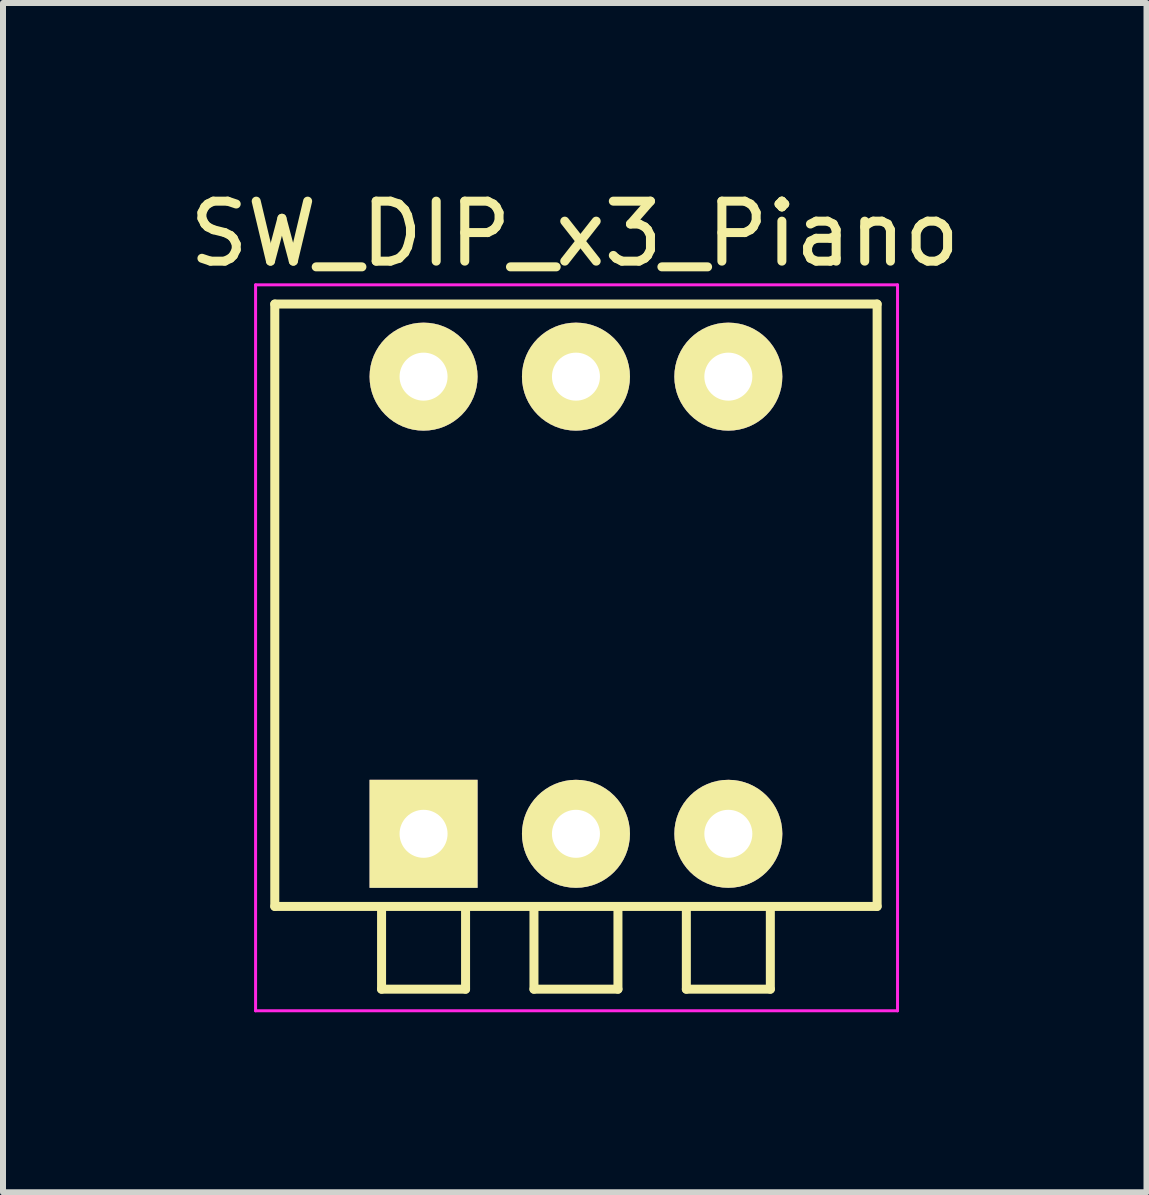
<source format=kicad_pcb>
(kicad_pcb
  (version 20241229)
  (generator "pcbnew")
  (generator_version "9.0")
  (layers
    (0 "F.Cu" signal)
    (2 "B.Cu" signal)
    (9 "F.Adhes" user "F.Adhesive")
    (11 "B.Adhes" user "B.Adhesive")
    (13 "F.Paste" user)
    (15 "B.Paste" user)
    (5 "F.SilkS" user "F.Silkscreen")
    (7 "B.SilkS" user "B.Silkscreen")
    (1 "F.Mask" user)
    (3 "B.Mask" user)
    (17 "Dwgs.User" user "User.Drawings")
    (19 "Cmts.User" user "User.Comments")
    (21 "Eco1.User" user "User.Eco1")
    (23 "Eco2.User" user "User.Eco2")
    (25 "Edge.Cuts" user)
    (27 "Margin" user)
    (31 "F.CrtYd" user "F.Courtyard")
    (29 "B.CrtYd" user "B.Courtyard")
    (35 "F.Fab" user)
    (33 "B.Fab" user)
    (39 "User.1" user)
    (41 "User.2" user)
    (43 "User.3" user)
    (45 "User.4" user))
  (footprint "SW_DIP_x3_Piano"
    (layer "F.Cu")
    (at 4.01 10.848)
    (property "Reference" "SW_DIP_x3_Piano" (at 2.52 -10 0) (layer "F.SilkS") (effects (font (size 1 1) (thickness 0.15))))
    (attr through_hole)
    (fp_line (start -2.48 -8.83) (end 7.56 -8.83) (stroke (width 0.15) (type solid)) (layer "F.SilkS"))
    (fp_line (start -2.48 1.21) (end -2.48 -8.83) (stroke (width 0.15) (type solid)) (layer "F.SilkS"))
    (fp_line (start -0.7 1.22) (end -0.7 2.59) (stroke (width 0.15) (type solid)) (layer "F.SilkS"))
    (fp_line (start -0.7 2.59) (end 0.7 2.59) (stroke (width 0.15) (type solid)) (layer "F.SilkS"))
    (fp_line (start 0.7 2.59) (end 0.7 1.22) (stroke (width 0.15) (type solid)) (layer "F.SilkS"))
    (fp_line (start 1.84 1.22) (end 1.84 2.59) (stroke (width 0.15) (type solid)) (layer "F.SilkS"))
    (fp_line (start 1.84 2.59) (end 3.24 2.59) (stroke (width 0.15) (type solid)) (layer "F.SilkS"))
    (fp_line (start 3.24 2.59) (end 3.24 1.22) (stroke (width 0.15) (type solid)) (layer "F.SilkS"))
    (fp_line (start 4.38 1.22) (end 4.38 2.59) (stroke (width 0.15) (type solid)) (layer "F.SilkS"))
    (fp_line (start 4.38 2.59) (end 5.78 2.59) (stroke (width 0.15) (type solid)) (layer "F.SilkS"))
    (fp_line (start 5.78 2.59) (end 5.78 1.22) (stroke (width 0.15) (type solid)) (layer "F.SilkS"))
    (fp_line (start 7.56 -8.83) (end 7.56 1.21) (stroke (width 0.15) (type solid)) (layer "F.SilkS"))
    (fp_line (start 7.56 1.21) (end -2.48 1.21) (stroke (width 0.15) (type solid)) (layer "F.SilkS"))
    (fp_line (start -2.8 -9.15) (end -2.8 2.95) (stroke (width 0.05) (type solid)) (layer "F.CrtYd"))
    (fp_line (start -2.8 2.95) (end 7.9 2.95) (stroke (width 0.05) (type solid)) (layer "F.CrtYd"))
    (fp_line (start 7.9 -9.15) (end -2.8 -9.15) (stroke (width 0.05) (type solid)) (layer "F.CrtYd"))
    (fp_line (start 7.9 2.95) (end 7.9 -9.15) (stroke (width 0.05) (type solid)) (layer "F.CrtYd"))
    (pad "1" thru_hole rect (at 0 0) (size 1.8 1.8) (drill 0.8) (layers "*.Cu" "*.Mask" "F.SilkS"))
    (pad "2" thru_hole oval (at 0 -7.62) (size 1.8 1.8) (drill 0.8) (layers "*.Cu" "*.Mask" "F.SilkS"))
    (pad "3" thru_hole oval (at 2.54 0) (size 1.8 1.8) (drill 0.8) (layers "*.Cu" "*.Mask" "F.SilkS"))
    (pad "4" thru_hole oval (at 2.54 -7.62) (size 1.8 1.8) (drill 0.8) (layers "*.Cu" "*.Mask" "F.SilkS"))
    (pad "5" thru_hole oval (at 5.08 0) (size 1.8 1.8) (drill 0.8) (layers "*.Cu" "*.Mask" "F.SilkS"))
    (pad "6" thru_hole oval (at 5.08 -7.62) (size 1.8 1.8) (drill 0.8) (layers "*.Cu" "*.Mask" "F.SilkS")))
  (gr_rect
    (start -3 -3)
    (end 16.06 16.823)
    (stroke (width 0.1) (type default))
    (fill no)
    (layer "Edge.Cuts")))
</source>
